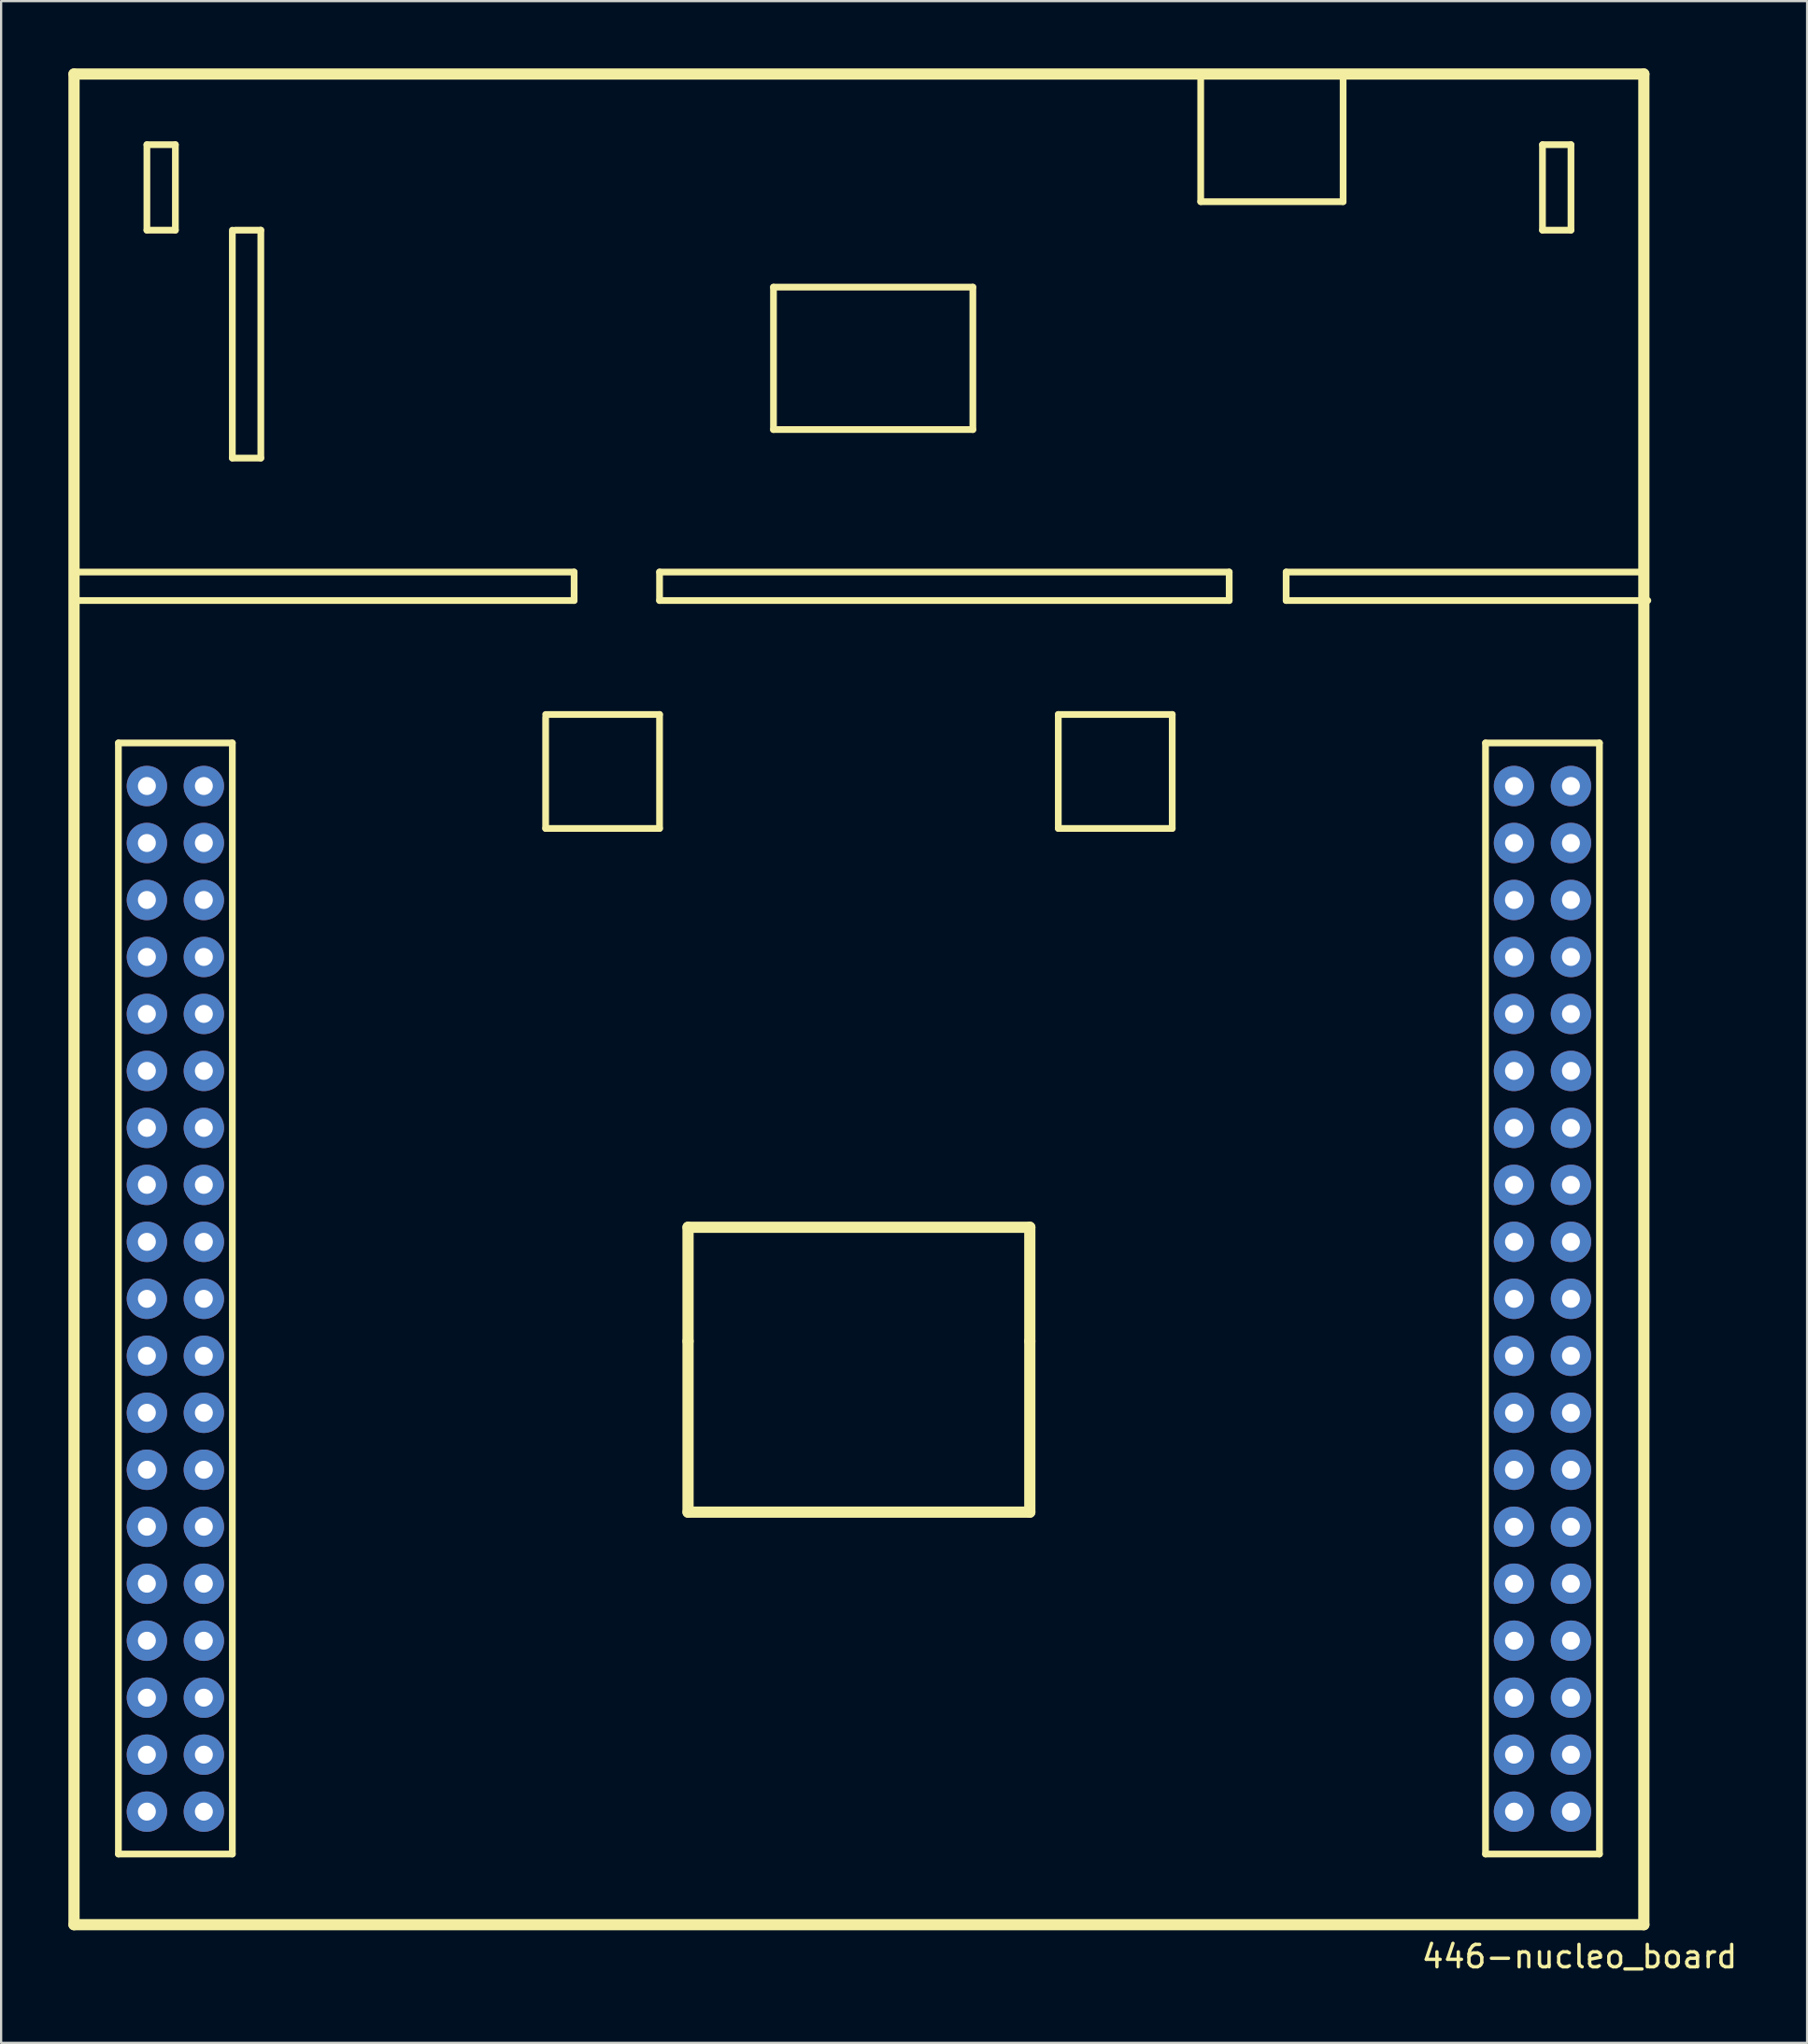
<source format=kicad_pcb>
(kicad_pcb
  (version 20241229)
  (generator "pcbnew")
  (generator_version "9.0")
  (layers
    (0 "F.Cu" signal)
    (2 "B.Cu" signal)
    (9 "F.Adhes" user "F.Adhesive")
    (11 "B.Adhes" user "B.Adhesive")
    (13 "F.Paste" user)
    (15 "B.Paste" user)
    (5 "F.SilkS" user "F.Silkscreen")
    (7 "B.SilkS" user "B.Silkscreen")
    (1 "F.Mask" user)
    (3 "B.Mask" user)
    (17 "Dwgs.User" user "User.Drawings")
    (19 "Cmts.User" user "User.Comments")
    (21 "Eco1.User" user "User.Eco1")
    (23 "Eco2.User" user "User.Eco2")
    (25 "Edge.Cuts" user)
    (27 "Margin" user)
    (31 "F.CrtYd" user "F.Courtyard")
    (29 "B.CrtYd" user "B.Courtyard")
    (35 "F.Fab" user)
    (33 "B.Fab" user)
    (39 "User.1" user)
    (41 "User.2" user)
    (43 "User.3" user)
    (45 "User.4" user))
  (footprint "446-nucleo_board"
    (layer "F.Cu")
    (at 35.25 41.5)
    (property "Reference" "446-nucleo_board" (at 32.131 42.672 0) (layer "F.SilkS") (effects (font (size 1 1) (thickness 0.15))))
    (attr through_hole)
    (fp_line (start -35.052 -17.78) (end -12.7 -17.78) (stroke (width 0.3) (type solid)) (layer "F.SilkS"))
    (fp_line (start -35 -41.25) (end -35 41.25) (stroke (width 0.5) (type solid)) (layer "F.SilkS"))
    (fp_line (start -35 -41.25) (end 35 -41.25) (stroke (width 0.5) (type solid)) (layer "F.SilkS"))
    (fp_line (start -35 41.25) (end 35 41.25) (stroke (width 0.5) (type solid)) (layer "F.SilkS"))
    (fp_line (start -33.02 -11.43) (end -27.94 -11.43) (stroke (width 0.3) (type solid)) (layer "F.SilkS"))
    (fp_line (start -33.02 38.1) (end -33.02 -11.43) (stroke (width 0.3) (type solid)) (layer "F.SilkS"))
    (fp_line (start -31.75 -38.1) (end -30.48 -38.1) (stroke (width 0.3) (type solid)) (layer "F.SilkS"))
    (fp_line (start -31.75 -34.29) (end -31.75 -38.1) (stroke (width 0.3) (type solid)) (layer "F.SilkS"))
    (fp_line (start -30.48 -38.1) (end -30.48 -34.29) (stroke (width 0.3) (type solid)) (layer "F.SilkS"))
    (fp_line (start -30.48 -34.29) (end -31.75 -34.29) (stroke (width 0.3) (type solid)) (layer "F.SilkS"))
    (fp_line (start -27.94 -24.13) (end -27.94 -34.29) (stroke (width 0.3) (type solid)) (layer "F.SilkS"))
    (fp_line (start -27.94 -11.43) (end -27.94 38.1) (stroke (width 0.3) (type solid)) (layer "F.SilkS"))
    (fp_line (start -27.94 38.1) (end -33.02 38.1) (stroke (width 0.3) (type solid)) (layer "F.SilkS"))
    (fp_line (start -27.813 -34.29) (end -26.67 -34.29) (stroke (width 0.3) (type solid)) (layer "F.SilkS"))
    (fp_line (start -26.67 -34.29) (end -26.67 -24.13) (stroke (width 0.3) (type solid)) (layer "F.SilkS"))
    (fp_line (start -26.67 -24.13) (end -27.94 -24.13) (stroke (width 0.3) (type solid)) (layer "F.SilkS"))
    (fp_line (start -13.97 -12.7) (end -8.89 -12.7) (stroke (width 0.3) (type solid)) (layer "F.SilkS"))
    (fp_line (start -13.97 -7.62) (end -13.97 -12.573) (stroke (width 0.3) (type solid)) (layer "F.SilkS"))
    (fp_line (start -12.7 -19.05) (end -34.925 -19.05) (stroke (width 0.3) (type solid)) (layer "F.SilkS"))
    (fp_line (start -12.7 -17.78) (end -12.7 -19.05) (stroke (width 0.3) (type solid)) (layer "F.SilkS"))
    (fp_line (start -8.89 -19.05) (end -8.89 -17.78) (stroke (width 0.3) (type solid)) (layer "F.SilkS"))
    (fp_line (start -8.89 -17.78) (end 16.51 -17.78) (stroke (width 0.3) (type solid)) (layer "F.SilkS"))
    (fp_line (start -8.89 -12.7) (end -8.89 -7.62) (stroke (width 0.3) (type solid)) (layer "F.SilkS"))
    (fp_line (start -8.89 -7.62) (end -13.97 -7.62) (stroke (width 0.3) (type solid)) (layer "F.SilkS"))
    (fp_line (start -7.62 10.16) (end 7.62 10.16) (stroke (width 0.5) (type solid)) (layer "F.SilkS"))
    (fp_line (start -7.62 15.24) (end -7.62 10.16) (stroke (width 0.5) (type solid)) (layer "F.SilkS"))
    (fp_line (start -7.62 22.86) (end -7.62 15.24) (stroke (width 0.5) (type solid)) (layer "F.SilkS"))
    (fp_line (start -3.81 -31.75) (end -3.81 -25.4) (stroke (width 0.3) (type solid)) (layer "F.SilkS"))
    (fp_line (start -3.81 -31.75) (end 5.08 -31.75) (stroke (width 0.3) (type solid)) (layer "F.SilkS"))
    (fp_line (start 5.08 -31.75) (end 5.08 -25.4) (stroke (width 0.3) (type solid)) (layer "F.SilkS"))
    (fp_line (start 5.08 -25.4) (end -3.81 -25.4) (stroke (width 0.3) (type solid)) (layer "F.SilkS"))
    (fp_line (start 7.62 10.16) (end 7.62 15.24) (stroke (width 0.5) (type solid)) (layer "F.SilkS"))
    (fp_line (start 7.62 15.24) (end 7.62 22.86) (stroke (width 0.5) (type solid)) (layer "F.SilkS"))
    (fp_line (start 7.62 22.86) (end -7.62 22.86) (stroke (width 0.5) (type solid)) (layer "F.SilkS"))
    (fp_line (start 8.89 -12.7) (end 13.97 -12.7) (stroke (width 0.3) (type solid)) (layer "F.SilkS"))
    (fp_line (start 8.89 -7.62) (end 8.89 -12.7) (stroke (width 0.3) (type solid)) (layer "F.SilkS"))
    (fp_line (start 13.97 -12.7) (end 13.97 -7.62) (stroke (width 0.3) (type solid)) (layer "F.SilkS"))
    (fp_line (start 13.97 -7.62) (end 8.89 -7.62) (stroke (width 0.3) (type solid)) (layer "F.SilkS"))
    (fp_line (start 15.24 -41.275) (end 15.24 -35.56) (stroke (width 0.3) (type solid)) (layer "F.SilkS"))
    (fp_line (start 15.24 -35.56) (end 21.59 -35.56) (stroke (width 0.3) (type solid)) (layer "F.SilkS"))
    (fp_line (start 16.51 -19.05) (end -8.89 -19.05) (stroke (width 0.3) (type solid)) (layer "F.SilkS"))
    (fp_line (start 16.51 -17.78) (end 16.51 -19.05) (stroke (width 0.3) (type solid)) (layer "F.SilkS"))
    (fp_line (start 19.05 -19.05) (end 19.05 -17.78) (stroke (width 0.3) (type solid)) (layer "F.SilkS"))
    (fp_line (start 19.05 -19.05) (end 35.052 -19.05) (stroke (width 0.3) (type solid)) (layer "F.SilkS"))
    (fp_line (start 19.05 -17.78) (end 35.179 -17.78) (stroke (width 0.3) (type solid)) (layer "F.SilkS"))
    (fp_line (start 21.59 -35.56) (end 21.59 -41.275) (stroke (width 0.3) (type solid)) (layer "F.SilkS"))
    (fp_line (start 27.94 -11.43) (end 33.02 -11.43) (stroke (width 0.3) (type solid)) (layer "F.SilkS"))
    (fp_line (start 27.94 38.1) (end 27.94 -11.43) (stroke (width 0.3) (type solid)) (layer "F.SilkS"))
    (fp_line (start 30.48 -38.1) (end 31.75 -38.1) (stroke (width 0.3) (type solid)) (layer "F.SilkS"))
    (fp_line (start 30.48 -34.29) (end 30.48 -38.1) (stroke (width 0.3) (type solid)) (layer "F.SilkS"))
    (fp_line (start 31.75 -38.1) (end 31.75 -34.29) (stroke (width 0.3) (type solid)) (layer "F.SilkS"))
    (fp_line (start 31.75 -34.29) (end 30.48 -34.29) (stroke (width 0.3) (type solid)) (layer "F.SilkS"))
    (fp_line (start 33.02 -11.43) (end 33.02 38.1) (stroke (width 0.3) (type solid)) (layer "F.SilkS"))
    (fp_line (start 33.02 38.1) (end 27.94 38.1) (stroke (width 0.3) (type solid)) (layer "F.SilkS"))
    (fp_line (start 35 -41.25) (end 35 41.25) (stroke (width 0.5) (type solid)) (layer "F.SilkS"))
    (pad "L1" thru_hole circle (at -31.75 -9.51) (size 1.8 1.8) (drill 0.8) (layers "*.Cu" "*.Mask"))
    (pad "L2" thru_hole circle (at -29.21 -9.51) (size 1.8 1.8) (drill 0.8) (layers "*.Cu" "*.Mask"))
    (pad "L3" thru_hole circle (at -31.75 -6.97) (size 1.8 1.8) (drill 0.8) (layers "*.Cu" "*.Mask"))
    (pad "L4" thru_hole circle (at -29.21 -6.97) (size 1.8 1.8) (drill 0.8) (layers "*.Cu" "*.Mask"))
    (pad "L5" thru_hole circle (at -31.75 -4.43) (size 1.8 1.8) (drill 0.8) (layers "*.Cu" "*.Mask"))
    (pad "L6" thru_hole circle (at -29.21 -4.43) (size 1.8 1.8) (drill 0.8) (layers "*.Cu" "*.Mask"))
    (pad "L7" thru_hole circle (at -31.75 -1.89 90) (size 1.8 1.8) (drill 0.8) (layers "*.Cu" "*.Mask"))
    (pad "L8" thru_hole circle (at -29.21 -1.89) (size 1.8 1.8) (drill 0.8) (layers "*.Cu" "*.Mask"))
    (pad "L9" thru_hole circle (at -31.75 0.65) (size 1.8 1.8) (drill 0.8) (layers "*.Cu" "*.Mask"))
    (pad "L10" thru_hole circle (at -29.21 0.65) (size 1.8 1.8) (drill 0.8) (layers "*.Cu" "*.Mask"))
    (pad "L11" thru_hole circle (at -31.75 3.19) (size 1.8 1.8) (drill 0.8) (layers "*.Cu" "*.Mask"))
    (pad "L12" thru_hole circle (at -29.21 3.19) (size 1.8 1.8) (drill 0.8) (layers "*.Cu" "*.Mask"))
    (pad "L13" thru_hole circle (at -31.75 5.73) (size 1.8 1.8) (drill 0.8) (layers "*.Cu" "*.Mask"))
    (pad "L14" thru_hole circle (at -29.21 5.73) (size 1.8 1.8) (drill 0.8) (layers "*.Cu" "*.Mask"))
    (pad "L15" thru_hole circle (at -31.75 8.27) (size 1.8 1.8) (drill 0.8) (layers "*.Cu" "*.Mask"))
    (pad "L16" thru_hole circle (at -29.21 8.27) (size 1.8 1.8) (drill 0.8) (layers "*.Cu" "*.Mask"))
    (pad "L17" thru_hole circle (at -31.75 10.81) (size 1.8 1.8) (drill 0.8) (layers "*.Cu" "*.Mask"))
    (pad "L18" thru_hole circle (at -29.21 10.81) (size 1.8 1.8) (drill 0.8) (layers "*.Cu" "*.Mask"))
    (pad "L19" thru_hole circle (at -31.75 13.35) (size 1.8 1.8) (drill 0.8) (layers "*.Cu" "*.Mask"))
    (pad "L20" thru_hole circle (at -29.21 13.35) (size 1.8 1.8) (drill 0.8) (layers "*.Cu" "*.Mask"))
    (pad "L21" thru_hole circle (at -31.75 15.89) (size 1.8 1.8) (drill 0.8) (layers "*.Cu" "*.Mask"))
    (pad "L22" thru_hole circle (at -29.21 15.89) (size 1.8 1.8) (drill 0.8) (layers "*.Cu" "*.Mask"))
    (pad "L23" thru_hole circle (at -31.75 18.43) (size 1.8 1.8) (drill 0.8) (layers "*.Cu" "*.Mask"))
    (pad "L24" thru_hole circle (at -29.21 18.43) (size 1.8 1.8) (drill 0.8) (layers "*.Cu" "*.Mask"))
    (pad "L25" thru_hole circle (at -31.75 20.97) (size 1.8 1.8) (drill 0.8) (layers "*.Cu" "*.Mask"))
    (pad "L26" thru_hole circle (at -29.21 20.97) (size 1.8 1.8) (drill 0.8) (layers "*.Cu" "*.Mask"))
    (pad "L27" thru_hole circle (at -31.75 23.51) (size 1.8 1.8) (drill 0.8) (layers "*.Cu" "*.Mask"))
    (pad "L28" thru_hole circle (at -29.21 23.51) (size 1.8 1.8) (drill 0.8) (layers "*.Cu" "*.Mask"))
    (pad "L29" thru_hole circle (at -31.75 26.05) (size 1.8 1.8) (drill 0.8) (layers "*.Cu" "*.Mask"))
    (pad "L30" thru_hole circle (at -29.21 26.05) (size 1.8 1.8) (drill 0.8) (layers "*.Cu" "*.Mask"))
    (pad "L31" thru_hole circle (at -31.75 28.59) (size 1.8 1.8) (drill 0.8) (layers "*.Cu" "*.Mask"))
    (pad "L32" thru_hole circle (at -29.21 28.59) (size 1.8 1.8) (drill 0.8) (layers "*.Cu" "*.Mask"))
    (pad "L33" thru_hole circle (at -31.75 31.13) (size 1.8 1.8) (drill 0.8) (layers "*.Cu" "*.Mask"))
    (pad "L34" thru_hole circle (at -29.21 31.13) (size 1.8 1.8) (drill 0.8) (layers "*.Cu" "*.Mask"))
    (pad "L35" thru_hole circle (at -31.75 33.67) (size 1.8 1.8) (drill 0.8) (layers "*.Cu" "*.Mask"))
    (pad "L36" thru_hole circle (at -29.21 33.67) (size 1.8 1.8) (drill 0.8) (layers "*.Cu" "*.Mask"))
    (pad "L37" thru_hole circle (at -31.75 36.21) (size 1.8 1.8) (drill 0.8) (layers "*.Cu" "*.Mask"))
    (pad "L38" thru_hole circle (at -29.21 36.21) (size 1.8 1.8) (drill 0.8) (layers "*.Cu" "*.Mask"))
    (pad "R1" thru_hole circle (at 29.21 -9.51) (size 1.8 1.8) (drill 0.8) (layers "*.Cu" "*.Mask"))
    (pad "R2" thru_hole circle (at 31.75 -9.51) (size 1.8 1.8) (drill 0.8) (layers "*.Cu" "*.Mask"))
    (pad "R3" thru_hole circle (at 29.21 -6.97) (size 1.8 1.8) (drill 0.8) (layers "*.Cu" "*.Mask"))
    (pad "R4" thru_hole circle (at 31.75 -6.97) (size 1.8 1.8) (drill 0.8) (layers "*.Cu" "*.Mask"))
    (pad "R5" thru_hole circle (at 29.21 -4.43) (size 1.8 1.8) (drill 0.8) (layers "*.Cu" "*.Mask"))
    (pad "R6" thru_hole circle (at 31.75 -4.43) (size 1.8 1.8) (drill 0.8) (layers "*.Cu" "*.Mask"))
    (pad "R7" thru_hole circle (at 29.21 -1.89) (size 1.8 1.8) (drill 0.8) (layers "*.Cu" "*.Mask"))
    (pad "R8" thru_hole circle (at 31.75 -1.89) (size 1.8 1.8) (drill 0.8) (layers "*.Cu" "*.Mask"))
    (pad "R9" thru_hole circle (at 29.21 0.65) (size 1.8 1.8) (drill 0.8) (layers "*.Cu" "*.Mask"))
    (pad "R10" thru_hole circle (at 31.75 0.65) (size 1.8 1.8) (drill 0.8) (layers "*.Cu" "*.Mask"))
    (pad "R11" thru_hole circle (at 29.21 3.19) (size 1.8 1.8) (drill 0.8) (layers "*.Cu" "*.Mask"))
    (pad "R12" thru_hole circle (at 31.75 3.19) (size 1.8 1.8) (drill 0.8) (layers "*.Cu" "*.Mask"))
    (pad "R13" thru_hole circle (at 29.21 5.73) (size 1.8 1.8) (drill 0.8) (layers "*.Cu" "*.Mask"))
    (pad "R14" thru_hole circle (at 31.75 5.73) (size 1.8 1.8) (drill 0.8) (layers "*.Cu" "*.Mask"))
    (pad "R15" thru_hole circle (at 29.21 8.27) (size 1.8 1.8) (drill 0.8) (layers "*.Cu" "*.Mask"))
    (pad "R16" thru_hole circle (at 31.75 8.27) (size 1.8 1.8) (drill 0.8) (layers "*.Cu" "*.Mask"))
    (pad "R17" thru_hole circle (at 29.21 10.81) (size 1.8 1.8) (drill 0.8) (layers "*.Cu" "*.Mask"))
    (pad "R18" thru_hole circle (at 31.75 10.81) (size 1.8 1.8) (drill 0.8) (layers "*.Cu" "*.Mask"))
    (pad "R19" thru_hole circle (at 29.21 13.35) (size 1.8 1.8) (drill 0.8) (layers "*.Cu" "*.Mask"))
    (pad "R20" thru_hole circle (at 31.75 13.35) (size 1.8 1.8) (drill 0.8) (layers "*.Cu" "*.Mask"))
    (pad "R21" thru_hole circle (at 29.21 15.89) (size 1.8 1.8) (drill 0.8) (layers "*.Cu" "*.Mask"))
    (pad "R22" thru_hole circle (at 31.75 15.89) (size 1.8 1.8) (drill 0.8) (layers "*.Cu" "*.Mask"))
    (pad "R23" thru_hole circle (at 29.21 18.43) (size 1.8 1.8) (drill 0.8) (layers "*.Cu" "*.Mask"))
    (pad "R24" thru_hole circle (at 31.75 18.43) (size 1.8 1.8) (drill 0.8) (layers "*.Cu" "*.Mask"))
    (pad "R25" thru_hole circle (at 29.21 20.97) (size 1.8 1.8) (drill 0.8) (layers "*.Cu" "*.Mask"))
    (pad "R26" thru_hole circle (at 31.75 20.97) (size 1.8 1.8) (drill 0.8) (layers "*.Cu" "*.Mask"))
    (pad "R27" thru_hole circle (at 29.21 23.51) (size 1.8 1.8) (drill 0.8) (layers "*.Cu" "*.Mask"))
    (pad "R28" thru_hole circle (at 31.75 23.51) (size 1.8 1.8) (drill 0.8) (layers "*.Cu" "*.Mask"))
    (pad "R29" thru_hole circle (at 29.21 26.05) (size 1.8 1.8) (drill 0.8) (layers "*.Cu" "*.Mask"))
    (pad "R30" thru_hole circle (at 31.75 26.05) (size 1.8 1.8) (drill 0.8) (layers "*.Cu" "*.Mask"))
    (pad "R31" thru_hole circle (at 29.21 28.59) (size 1.8 1.8) (drill 0.8) (layers "*.Cu" "*.Mask"))
    (pad "R32" thru_hole circle (at 31.75 28.59) (size 1.8 1.8) (drill 0.8) (layers "*.Cu" "*.Mask"))
    (pad "R33" thru_hole circle (at 29.21 31.13) (size 1.8 1.8) (drill 0.8) (layers "*.Cu" "*.Mask"))
    (pad "R34" thru_hole circle (at 31.75 31.13) (size 1.8 1.8) (drill 0.8) (layers "*.Cu" "*.Mask"))
    (pad "R35" thru_hole circle (at 29.21 33.67) (size 1.8 1.8) (drill 0.8) (layers "*.Cu" "*.Mask"))
    (pad "R36" thru_hole circle (at 31.75 33.67) (size 1.8 1.8) (drill 0.8) (layers "*.Cu" "*.Mask"))
    (pad "R37" thru_hole circle (at 29.21 36.21) (size 1.8 1.8) (drill 0.8) (layers "*.Cu" "*.Mask"))
    (pad "R38" thru_hole circle (at 31.75 36.21) (size 1.8 1.8) (drill 0.8) (layers "*.Cu" "*.Mask")))
  (gr_rect
    (start -3 -3)
    (end 77.53 88.02)
    (stroke (width 0.1) (type default))
    (fill no)
    (layer "Edge.Cuts")))
</source>
